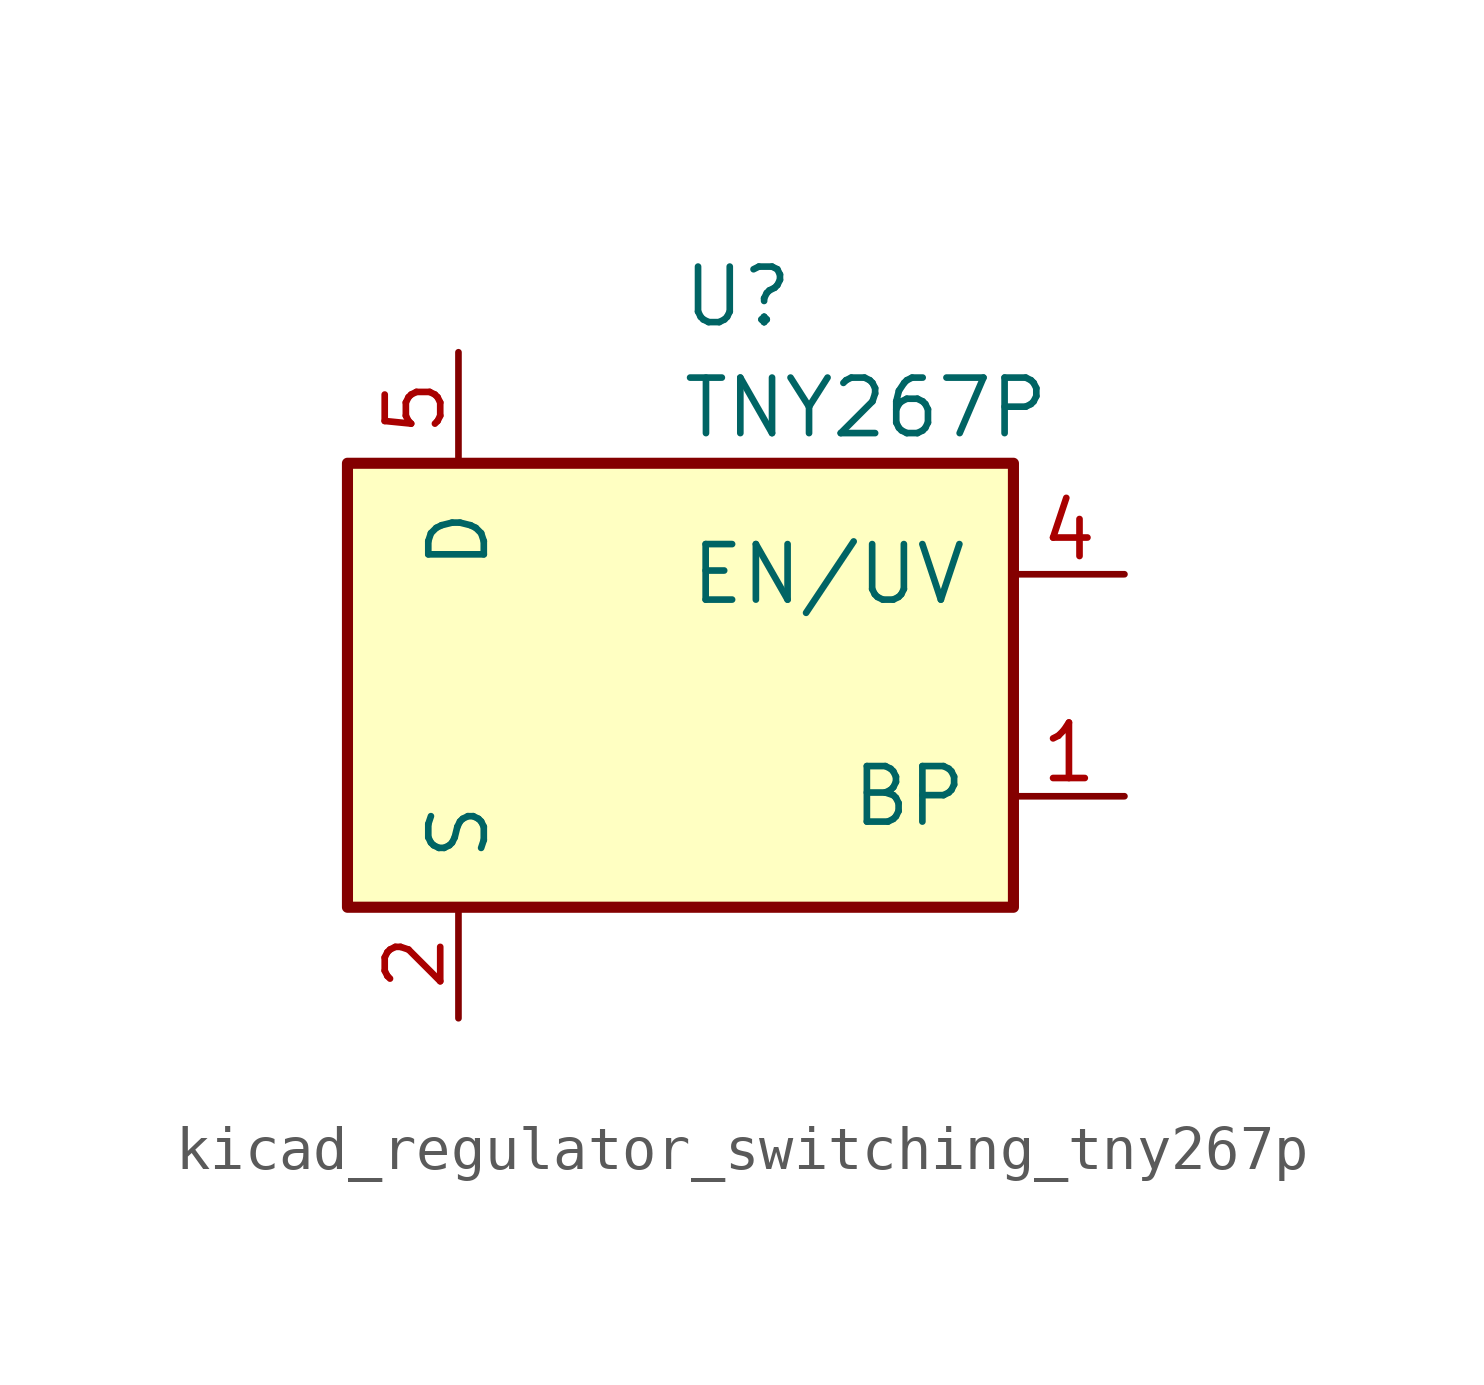
<source format=kicad_sym>
(kicad_symbol_lib
  (version 20220914)
  (generator kicad_symbol_editor)
  (symbol "kicad_regulator_switching_tny267p"
    (pin_names
      (offset 1.016))
    (property "Reference" "U"
      (at 0 8.89 0)
      (effects (font (size 1.27 1.27)) (justify left)))
    (property "Value" "TNY267P"
      (at 0 6.35 0)
      (effects (font (size 1.27 1.27)) (justify left)))
    (symbol "kicad_regulator_switching_tny267p_0_1"
      (rectangle (start -7.62 5.08) (end 7.62 -5.08) (stroke (width 0.254) (type default)) (fill (type background))))
    (symbol "kicad_regulator_switching_tny267p_1_1"
      (pin input line (at 10.16 -2.54 180) (length 2.54) (name "BP" (effects (font (size 1.27 1.27)))) (number "1" (effects (font (size 1.27 1.27)))))
      (pin power_in line (at -5.08 -7.62 90) (length 2.54) (name "S" (effects (font (size 1.27 1.27)))) (number "2" (effects (font (size 1.27 1.27)))))
      (pin passive line (at -5.08 -7.62 90) (length 2.54) hide (name "S" (effects (font (size 1.27 1.27)))) (number "3" (effects (font (size 1.27 1.27)))))
      (pin input line (at 10.16 2.54 180) (length 2.54) (name "EN/UV" (effects (font (size 1.27 1.27)))) (number "4" (effects (font (size 1.27 1.27)))))
      (pin open_collector line (at -5.08 7.62 270) (length 2.54) (name "D" (effects (font (size 1.27 1.27)))) (number "5" (effects (font (size 1.27 1.27)))))
      (pin passive line (at -5.08 -7.62 90) (length 2.54) hide (name "S" (effects (font (size 1.27 1.27)))) (number "7" (effects (font (size 1.27 1.27)))))
      (pin passive line (at -5.08 -7.62 90) (length 2.54) hide (name "S" (effects (font (size 1.27 1.27)))) (number "8" (effects (font (size 1.27 1.27))))))))
</source>
